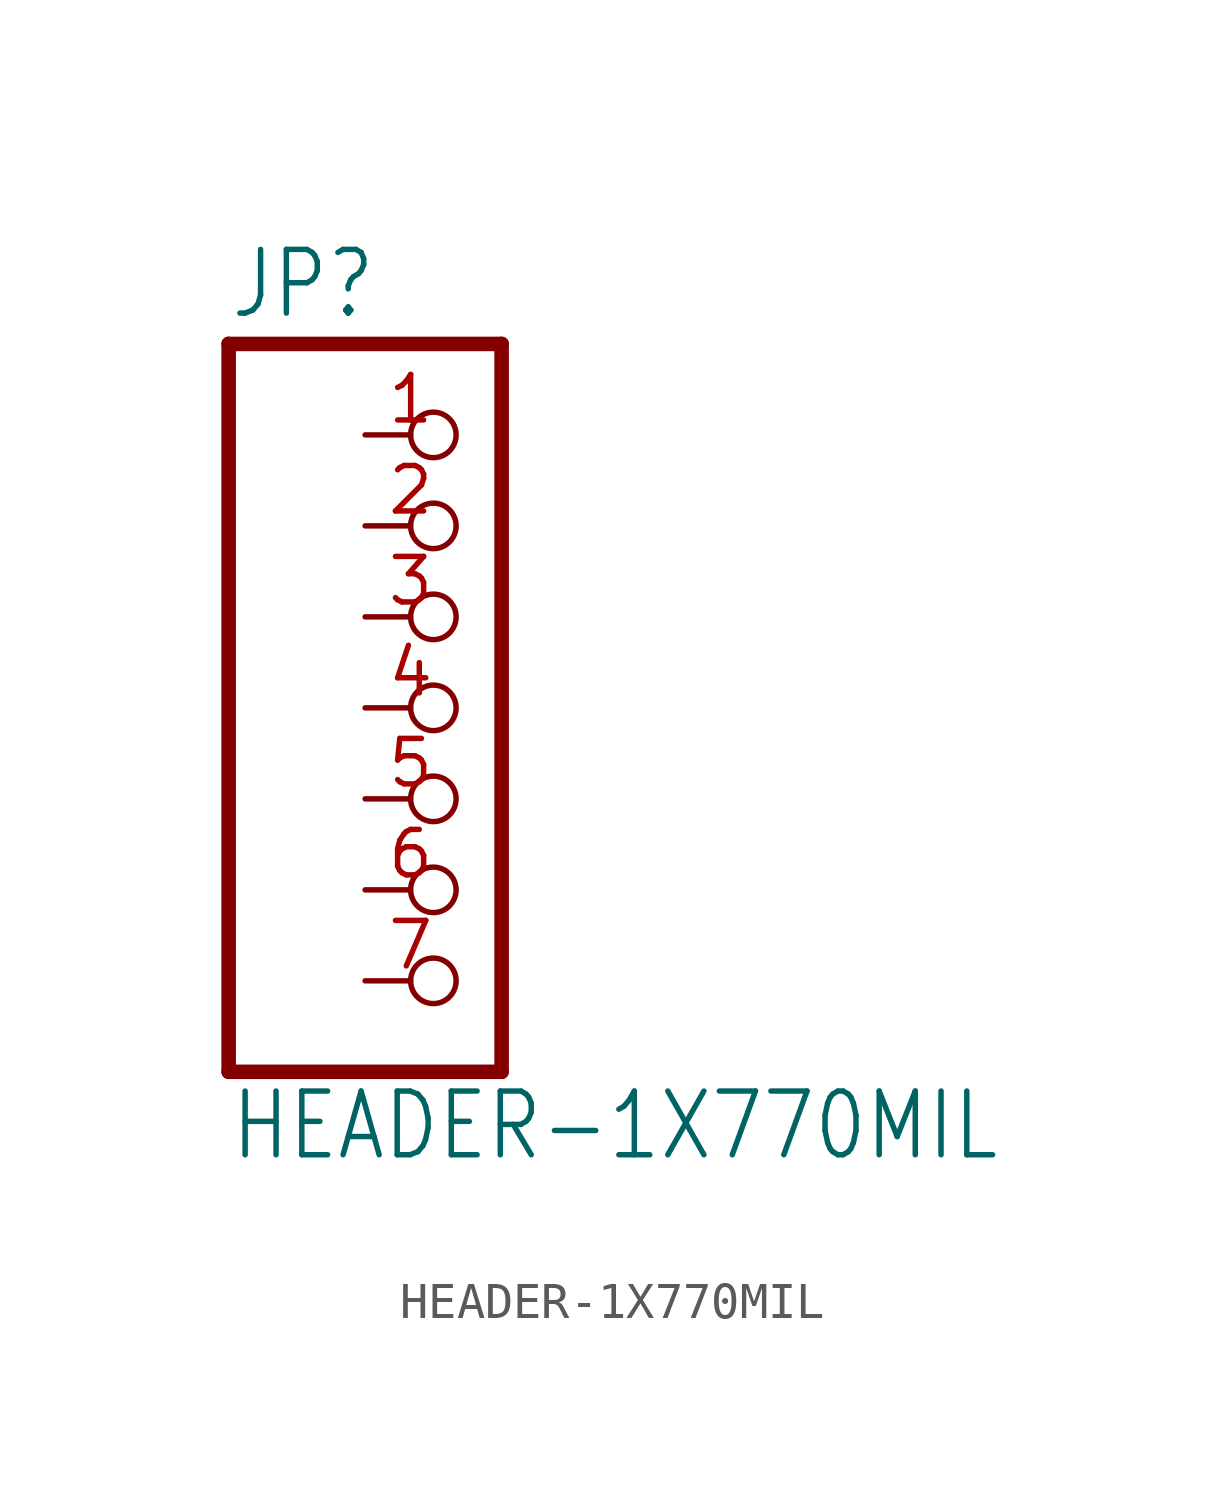
<source format=kicad_sym>
(kicad_symbol_lib
  (version 20211014)
  (generator kicad_symbol_editor)
  (symbol "HEADER-1X770MIL"
    (property "Reference" "JP"
      (at -6.35 10.795 0)
      (effects (font (size 1.778 1.511)) (justify left bottom)))
    (property "Value" "HEADER-1X770MIL"
      (at -6.35 -12.7 0)
      (effects (font (size 1.778 1.511)) (justify left bottom)))
    (property "ki_locked" ""
      (at 0 0 0)
      (effects (font (size 1.27 1.27))))
    (symbol "HEADER-1X770MIL_1_0"
      (polyline (pts (xy -6.35 -10.16) (xy 1.27 -10.16)) (stroke (width 0.406) (type default) (color 0 0 0 0)) (fill (type none)))
      (polyline (pts (xy -6.35 10.16) (xy -6.35 -10.16)) (stroke (width 0.406) (type default) (color 0 0 0 0)) (fill (type none)))
      (polyline (pts (xy 1.27 -10.16) (xy 1.27 10.16)) (stroke (width 0.406) (type default) (color 0 0 0 0)) (fill (type none)))
      (polyline (pts (xy 1.27 10.16) (xy -6.35 10.16)) (stroke (width 0.406) (type default) (color 0 0 0 0)) (fill (type none)))
      (pin passive inverted (at -2.54 7.62 0) (length 2.54) (name "1" (effects (font (size 0 0)))) (number "1" (effects (font (size 1.27 1.27)))))
      (pin passive inverted (at -2.54 5.08 0) (length 2.54) (name "2" (effects (font (size 0 0)))) (number "2" (effects (font (size 1.27 1.27)))))
      (pin passive inverted (at -2.54 2.54 0) (length 2.54) (name "3" (effects (font (size 0 0)))) (number "3" (effects (font (size 1.27 1.27)))))
      (pin passive inverted (at -2.54 0 0) (length 2.54) (name "4" (effects (font (size 0 0)))) (number "4" (effects (font (size 1.27 1.27)))))
      (pin passive inverted (at -2.54 -2.54 0) (length 2.54) (name "5" (effects (font (size 0 0)))) (number "5" (effects (font (size 1.27 1.27)))))
      (pin passive inverted (at -2.54 -5.08 0) (length 2.54) (name "6" (effects (font (size 0 0)))) (number "6" (effects (font (size 1.27 1.27)))))
      (pin passive inverted (at -2.54 -7.62 0) (length 2.54) (name "7" (effects (font (size 0 0)))) (number "7" (effects (font (size 1.27 1.27))))))))
</source>
